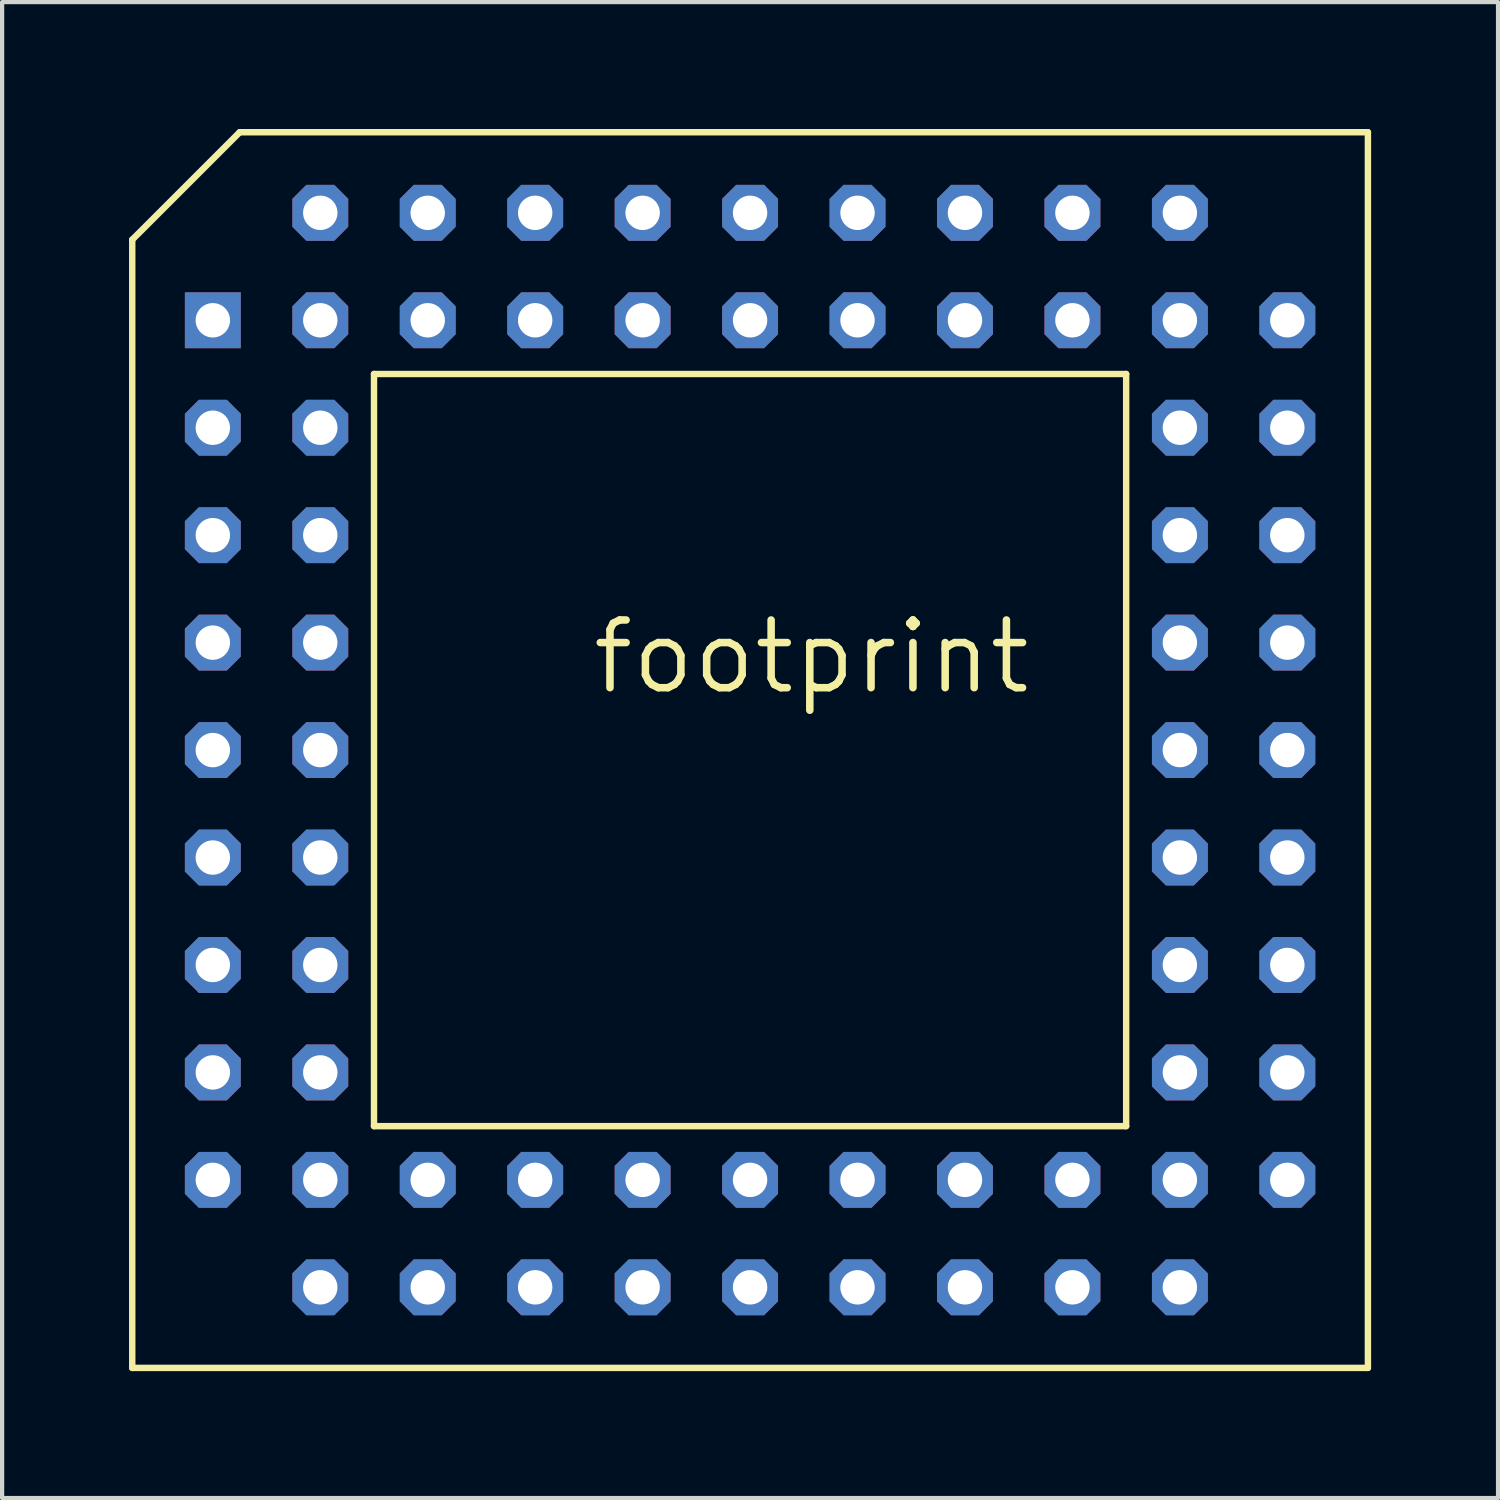
<source format=kicad_pcb>
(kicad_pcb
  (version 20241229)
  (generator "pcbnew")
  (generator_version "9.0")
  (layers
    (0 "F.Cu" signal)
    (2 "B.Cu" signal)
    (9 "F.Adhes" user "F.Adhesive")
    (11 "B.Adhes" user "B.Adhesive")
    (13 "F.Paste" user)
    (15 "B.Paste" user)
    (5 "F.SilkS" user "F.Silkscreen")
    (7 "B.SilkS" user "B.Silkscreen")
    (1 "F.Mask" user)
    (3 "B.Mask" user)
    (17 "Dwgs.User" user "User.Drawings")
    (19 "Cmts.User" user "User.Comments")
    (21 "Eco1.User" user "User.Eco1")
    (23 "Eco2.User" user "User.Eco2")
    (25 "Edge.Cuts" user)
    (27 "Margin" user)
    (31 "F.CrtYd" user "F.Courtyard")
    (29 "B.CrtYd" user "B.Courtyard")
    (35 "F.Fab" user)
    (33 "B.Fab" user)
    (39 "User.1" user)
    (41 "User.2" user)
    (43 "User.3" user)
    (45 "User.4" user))
  (footprint "footprint"
    (layer "F.Cu")
    (at 14.681 14.681)
    (property "Reference" "footprint" (at -3.81 -1.27 0) (layer "F.SilkS") (effects (font (size 1.6 1.6) (thickness 0.178)) (justify left bottom)))
    (fp_line (start -14.605 -12.065) (end -12.065 -14.605) (stroke (width 0.152) (type solid)) (layer "F.SilkS"))
    (fp_line (start -14.605 14.605) (end -14.605 -12.065) (stroke (width 0.152) (type solid)) (layer "F.SilkS"))
    (fp_line (start -12.065 -14.605) (end 14.605 -14.605) (stroke (width 0.152) (type solid)) (layer "F.SilkS"))
    (fp_line (start -8.89 8.89) (end -8.89 -8.89) (stroke (width 0.152) (type solid)) (layer "F.SilkS"))
    (fp_line (start -8.89 8.89) (end 8.89 8.89) (stroke (width 0.152) (type solid)) (layer "F.SilkS"))
    (fp_line (start 8.89 -8.89) (end -8.89 -8.89) (stroke (width 0.152) (type solid)) (layer "F.SilkS"))
    (fp_line (start 8.89 -8.89) (end 8.89 8.89) (stroke (width 0.152) (type solid)) (layer "F.SilkS"))
    (fp_line (start 14.605 -14.605) (end 14.605 14.605) (stroke (width 0.152) (type solid)) (layer "F.SilkS"))
    (fp_line (start 14.605 14.605) (end -14.605 14.605) (stroke (width 0.152) (type solid)) (layer "F.SilkS"))
    (pad "1" thru_hole rect (at -12.7 -10.16 270) (size 1.321 1.321) (drill 0.813) (layers "*.Cu" "*.Mask"))
    (pad "2" thru_hole roundrect (at -10.16 -10.16 270) (size 1.321 1.321) (drill 0.813) (layers "*.Cu" "*.Mask") (roundrect_rratio 0.25) (chamfer_ratio 0.25) (chamfer top_left top_right bottom_left bottom_right))
    (pad "3" thru_hole roundrect (at -12.7 -7.62 270) (size 1.321 1.321) (drill 0.813) (layers "*.Cu" "*.Mask") (roundrect_rratio 0.25) (chamfer_ratio 0.25) (chamfer top_left top_right bottom_left bottom_right))
    (pad "4" thru_hole roundrect (at -10.16 -7.62 270) (size 1.321 1.321) (drill 0.813) (layers "*.Cu" "*.Mask") (roundrect_rratio 0.25) (chamfer_ratio 0.25) (chamfer top_left top_right bottom_left bottom_right))
    (pad "5" thru_hole roundrect (at -12.7 -5.08 270) (size 1.321 1.321) (drill 0.813) (layers "*.Cu" "*.Mask") (roundrect_rratio 0.25) (chamfer_ratio 0.25) (chamfer top_left top_right bottom_left bottom_right))
    (pad "6" thru_hole roundrect (at -10.16 -5.08 270) (size 1.321 1.321) (drill 0.813) (layers "*.Cu" "*.Mask") (roundrect_rratio 0.25) (chamfer_ratio 0.25) (chamfer top_left top_right bottom_left bottom_right))
    (pad "7" thru_hole roundrect (at -12.7 -2.54 270) (size 1.321 1.321) (drill 0.813) (layers "*.Cu" "*.Mask") (roundrect_rratio 0.25) (chamfer_ratio 0.25) (chamfer top_left top_right bottom_left bottom_right))
    (pad "8" thru_hole roundrect (at -10.16 -2.54 270) (size 1.321 1.321) (drill 0.813) (layers "*.Cu" "*.Mask") (roundrect_rratio 0.25) (chamfer_ratio 0.25) (chamfer top_left top_right bottom_left bottom_right))
    (pad "9" thru_hole roundrect (at -12.7 0 270) (size 1.321 1.321) (drill 0.813) (layers "*.Cu" "*.Mask") (roundrect_rratio 0.25) (chamfer_ratio 0.25) (chamfer top_left top_right bottom_left bottom_right))
    (pad "10" thru_hole roundrect (at -10.16 0 270) (size 1.321 1.321) (drill 0.813) (layers "*.Cu" "*.Mask") (roundrect_rratio 0.25) (chamfer_ratio 0.25) (chamfer top_left top_right bottom_left bottom_right))
    (pad "11" thru_hole roundrect (at -12.7 2.54 270) (size 1.321 1.321) (drill 0.813) (layers "*.Cu" "*.Mask") (roundrect_rratio 0.25) (chamfer_ratio 0.25) (chamfer top_left top_right bottom_left bottom_right))
    (pad "12" thru_hole roundrect (at -10.16 2.54 270) (size 1.321 1.321) (drill 0.813) (layers "*.Cu" "*.Mask") (roundrect_rratio 0.25) (chamfer_ratio 0.25) (chamfer top_left top_right bottom_left bottom_right))
    (pad "13" thru_hole roundrect (at -12.7 5.08 270) (size 1.321 1.321) (drill 0.813) (layers "*.Cu" "*.Mask") (roundrect_rratio 0.25) (chamfer_ratio 0.25) (chamfer top_left top_right bottom_left bottom_right))
    (pad "14" thru_hole roundrect (at -10.16 5.08 270) (size 1.321 1.321) (drill 0.813) (layers "*.Cu" "*.Mask") (roundrect_rratio 0.25) (chamfer_ratio 0.25) (chamfer top_left top_right bottom_left bottom_right))
    (pad "15" thru_hole roundrect (at -12.7 7.62 270) (size 1.321 1.321) (drill 0.813) (layers "*.Cu" "*.Mask") (roundrect_rratio 0.25) (chamfer_ratio 0.25) (chamfer top_left top_right bottom_left bottom_right))
    (pad "16" thru_hole roundrect (at -10.16 7.62 270) (size 1.321 1.321) (drill 0.813) (layers "*.Cu" "*.Mask") (roundrect_rratio 0.25) (chamfer_ratio 0.25) (chamfer top_left top_right bottom_left bottom_right))
    (pad "17" thru_hole roundrect (at -12.7 10.16 270) (size 1.321 1.321) (drill 0.813) (layers "*.Cu" "*.Mask") (roundrect_rratio 0.25) (chamfer_ratio 0.25) (chamfer top_left top_right bottom_left bottom_right))
    (pad "18" thru_hole roundrect (at -10.16 12.7 270) (size 1.321 1.321) (drill 0.813) (layers "*.Cu" "*.Mask") (roundrect_rratio 0.25) (chamfer_ratio 0.25) (chamfer top_left top_right bottom_left bottom_right))
    (pad "19" thru_hole roundrect (at -10.16 10.16 270) (size 1.321 1.321) (drill 0.813) (layers "*.Cu" "*.Mask") (roundrect_rratio 0.25) (chamfer_ratio 0.25) (chamfer top_left top_right bottom_left bottom_right))
    (pad "20" thru_hole roundrect (at -7.62 12.7 270) (size 1.321 1.321) (drill 0.813) (layers "*.Cu" "*.Mask") (roundrect_rratio 0.25) (chamfer_ratio 0.25) (chamfer top_left top_right bottom_left bottom_right))
    (pad "21" thru_hole roundrect (at -7.62 10.16 270) (size 1.321 1.321) (drill 0.813) (layers "*.Cu" "*.Mask") (roundrect_rratio 0.25) (chamfer_ratio 0.25) (chamfer top_left top_right bottom_left bottom_right))
    (pad "22" thru_hole roundrect (at -5.08 12.7 270) (size 1.321 1.321) (drill 0.813) (layers "*.Cu" "*.Mask") (roundrect_rratio 0.25) (chamfer_ratio 0.25) (chamfer top_left top_right bottom_left bottom_right))
    (pad "23" thru_hole roundrect (at -5.08 10.16 270) (size 1.321 1.321) (drill 0.813) (layers "*.Cu" "*.Mask") (roundrect_rratio 0.25) (chamfer_ratio 0.25) (chamfer top_left top_right bottom_left bottom_right))
    (pad "24" thru_hole roundrect (at -2.54 12.7 270) (size 1.321 1.321) (drill 0.813) (layers "*.Cu" "*.Mask") (roundrect_rratio 0.25) (chamfer_ratio 0.25) (chamfer top_left top_right bottom_left bottom_right))
    (pad "25" thru_hole roundrect (at -2.54 10.16 270) (size 1.321 1.321) (drill 0.813) (layers "*.Cu" "*.Mask") (roundrect_rratio 0.25) (chamfer_ratio 0.25) (chamfer top_left top_right bottom_left bottom_right))
    (pad "26" thru_hole roundrect (at 0 12.7 270) (size 1.321 1.321) (drill 0.813) (layers "*.Cu" "*.Mask") (roundrect_rratio 0.25) (chamfer_ratio 0.25) (chamfer top_left top_right bottom_left bottom_right))
    (pad "27" thru_hole roundrect (at 0 10.16 270) (size 1.321 1.321) (drill 0.813) (layers "*.Cu" "*.Mask") (roundrect_rratio 0.25) (chamfer_ratio 0.25) (chamfer top_left top_right bottom_left bottom_right))
    (pad "28" thru_hole roundrect (at 2.54 12.7 270) (size 1.321 1.321) (drill 0.813) (layers "*.Cu" "*.Mask") (roundrect_rratio 0.25) (chamfer_ratio 0.25) (chamfer top_left top_right bottom_left bottom_right))
    (pad "29" thru_hole roundrect (at 2.54 10.16 270) (size 1.321 1.321) (drill 0.813) (layers "*.Cu" "*.Mask") (roundrect_rratio 0.25) (chamfer_ratio 0.25) (chamfer top_left top_right bottom_left bottom_right))
    (pad "30" thru_hole roundrect (at 5.08 12.7 270) (size 1.321 1.321) (drill 0.813) (layers "*.Cu" "*.Mask") (roundrect_rratio 0.25) (chamfer_ratio 0.25) (chamfer top_left top_right bottom_left bottom_right))
    (pad "31" thru_hole roundrect (at 5.08 10.16 270) (size 1.321 1.321) (drill 0.813) (layers "*.Cu" "*.Mask") (roundrect_rratio 0.25) (chamfer_ratio 0.25) (chamfer top_left top_right bottom_left bottom_right))
    (pad "32" thru_hole roundrect (at 7.62 12.7 270) (size 1.321 1.321) (drill 0.813) (layers "*.Cu" "*.Mask") (roundrect_rratio 0.25) (chamfer_ratio 0.25) (chamfer top_left top_right bottom_left bottom_right))
    (pad "33" thru_hole roundrect (at 7.62 10.16 270) (size 1.321 1.321) (drill 0.813) (layers "*.Cu" "*.Mask") (roundrect_rratio 0.25) (chamfer_ratio 0.25) (chamfer top_left top_right bottom_left bottom_right))
    (pad "34" thru_hole roundrect (at 10.16 12.7 270) (size 1.321 1.321) (drill 0.813) (layers "*.Cu" "*.Mask") (roundrect_rratio 0.25) (chamfer_ratio 0.25) (chamfer top_left top_right bottom_left bottom_right))
    (pad "35" thru_hole roundrect (at 12.7 10.16 270) (size 1.321 1.321) (drill 0.813) (layers "*.Cu" "*.Mask") (roundrect_rratio 0.25) (chamfer_ratio 0.25) (chamfer top_left top_right bottom_left bottom_right))
    (pad "36" thru_hole roundrect (at 10.16 10.16 270) (size 1.321 1.321) (drill 0.813) (layers "*.Cu" "*.Mask") (roundrect_rratio 0.25) (chamfer_ratio 0.25) (chamfer top_left top_right bottom_left bottom_right))
    (pad "37" thru_hole roundrect (at 12.7 7.62 270) (size 1.321 1.321) (drill 0.813) (layers "*.Cu" "*.Mask") (roundrect_rratio 0.25) (chamfer_ratio 0.25) (chamfer top_left top_right bottom_left bottom_right))
    (pad "38" thru_hole roundrect (at 10.16 7.62 270) (size 1.321 1.321) (drill 0.813) (layers "*.Cu" "*.Mask") (roundrect_rratio 0.25) (chamfer_ratio 0.25) (chamfer top_left top_right bottom_left bottom_right))
    (pad "39" thru_hole roundrect (at 12.7 5.08 270) (size 1.321 1.321) (drill 0.813) (layers "*.Cu" "*.Mask") (roundrect_rratio 0.25) (chamfer_ratio 0.25) (chamfer top_left top_right bottom_left bottom_right))
    (pad "40" thru_hole roundrect (at 10.16 5.08 270) (size 1.321 1.321) (drill 0.813) (layers "*.Cu" "*.Mask") (roundrect_rratio 0.25) (chamfer_ratio 0.25) (chamfer top_left top_right bottom_left bottom_right))
    (pad "41" thru_hole roundrect (at 12.7 2.54 270) (size 1.321 1.321) (drill 0.813) (layers "*.Cu" "*.Mask") (roundrect_rratio 0.25) (chamfer_ratio 0.25) (chamfer top_left top_right bottom_left bottom_right))
    (pad "42" thru_hole roundrect (at 10.16 2.54 270) (size 1.321 1.321) (drill 0.813) (layers "*.Cu" "*.Mask") (roundrect_rratio 0.25) (chamfer_ratio 0.25) (chamfer top_left top_right bottom_left bottom_right))
    (pad "43" thru_hole roundrect (at 12.7 0 270) (size 1.321 1.321) (drill 0.813) (layers "*.Cu" "*.Mask") (roundrect_rratio 0.25) (chamfer_ratio 0.25) (chamfer top_left top_right bottom_left bottom_right))
    (pad "44" thru_hole roundrect (at 10.16 0 270) (size 1.321 1.321) (drill 0.813) (layers "*.Cu" "*.Mask") (roundrect_rratio 0.25) (chamfer_ratio 0.25) (chamfer top_left top_right bottom_left bottom_right))
    (pad "45" thru_hole roundrect (at 12.7 -2.54 270) (size 1.321 1.321) (drill 0.813) (layers "*.Cu" "*.Mask") (roundrect_rratio 0.25) (chamfer_ratio 0.25) (chamfer top_left top_right bottom_left bottom_right))
    (pad "46" thru_hole roundrect (at 10.16 -2.54 270) (size 1.321 1.321) (drill 0.813) (layers "*.Cu" "*.Mask") (roundrect_rratio 0.25) (chamfer_ratio 0.25) (chamfer top_left top_right bottom_left bottom_right))
    (pad "47" thru_hole roundrect (at 12.7 -5.08 270) (size 1.321 1.321) (drill 0.813) (layers "*.Cu" "*.Mask") (roundrect_rratio 0.25) (chamfer_ratio 0.25) (chamfer top_left top_right bottom_left bottom_right))
    (pad "48" thru_hole roundrect (at 10.16 -5.08 270) (size 1.321 1.321) (drill 0.813) (layers "*.Cu" "*.Mask") (roundrect_rratio 0.25) (chamfer_ratio 0.25) (chamfer top_left top_right bottom_left bottom_right))
    (pad "49" thru_hole roundrect (at 12.7 -7.62 270) (size 1.321 1.321) (drill 0.813) (layers "*.Cu" "*.Mask") (roundrect_rratio 0.25) (chamfer_ratio 0.25) (chamfer top_left top_right bottom_left bottom_right))
    (pad "50" thru_hole roundrect (at 10.16 -7.62 270) (size 1.321 1.321) (drill 0.813) (layers "*.Cu" "*.Mask") (roundrect_rratio 0.25) (chamfer_ratio 0.25) (chamfer top_left top_right bottom_left bottom_right))
    (pad "51" thru_hole roundrect (at 12.7 -10.16 270) (size 1.321 1.321) (drill 0.813) (layers "*.Cu" "*.Mask") (roundrect_rratio 0.25) (chamfer_ratio 0.25) (chamfer top_left top_right bottom_left bottom_right))
    (pad "52" thru_hole roundrect (at 10.16 -12.7 270) (size 1.321 1.321) (drill 0.813) (layers "*.Cu" "*.Mask") (roundrect_rratio 0.25) (chamfer_ratio 0.25) (chamfer top_left top_right bottom_left bottom_right))
    (pad "53" thru_hole roundrect (at 10.16 -10.16 270) (size 1.321 1.321) (drill 0.813) (layers "*.Cu" "*.Mask") (roundrect_rratio 0.25) (chamfer_ratio 0.25) (chamfer top_left top_right bottom_left bottom_right))
    (pad "54" thru_hole roundrect (at 7.62 -12.7 270) (size 1.321 1.321) (drill 0.813) (layers "*.Cu" "*.Mask") (roundrect_rratio 0.25) (chamfer_ratio 0.25) (chamfer top_left top_right bottom_left bottom_right))
    (pad "55" thru_hole roundrect (at 7.62 -10.16 270) (size 1.321 1.321) (drill 0.813) (layers "*.Cu" "*.Mask") (roundrect_rratio 0.25) (chamfer_ratio 0.25) (chamfer top_left top_right bottom_left bottom_right))
    (pad "56" thru_hole roundrect (at 5.08 -12.7 270) (size 1.321 1.321) (drill 0.813) (layers "*.Cu" "*.Mask") (roundrect_rratio 0.25) (chamfer_ratio 0.25) (chamfer top_left top_right bottom_left bottom_right))
    (pad "57" thru_hole roundrect (at 5.08 -10.16 270) (size 1.321 1.321) (drill 0.813) (layers "*.Cu" "*.Mask") (roundrect_rratio 0.25) (chamfer_ratio 0.25) (chamfer top_left top_right bottom_left bottom_right))
    (pad "58" thru_hole roundrect (at 2.54 -12.7 270) (size 1.321 1.321) (drill 0.813) (layers "*.Cu" "*.Mask") (roundrect_rratio 0.25) (chamfer_ratio 0.25) (chamfer top_left top_right bottom_left bottom_right))
    (pad "59" thru_hole roundrect (at 2.54 -10.16 270) (size 1.321 1.321) (drill 0.813) (layers "*.Cu" "*.Mask") (roundrect_rratio 0.25) (chamfer_ratio 0.25) (chamfer top_left top_right bottom_left bottom_right))
    (pad "60" thru_hole roundrect (at 0 -12.7 270) (size 1.321 1.321) (drill 0.813) (layers "*.Cu" "*.Mask") (roundrect_rratio 0.25) (chamfer_ratio 0.25) (chamfer top_left top_right bottom_left bottom_right))
    (pad "61" thru_hole roundrect (at 0 -10.16 270) (size 1.321 1.321) (drill 0.813) (layers "*.Cu" "*.Mask") (roundrect_rratio 0.25) (chamfer_ratio 0.25) (chamfer top_left top_right bottom_left bottom_right))
    (pad "62" thru_hole roundrect (at -2.54 -12.7 270) (size 1.321 1.321) (drill 0.813) (layers "*.Cu" "*.Mask") (roundrect_rratio 0.25) (chamfer_ratio 0.25) (chamfer top_left top_right bottom_left bottom_right))
    (pad "63" thru_hole roundrect (at -2.54 -10.16 270) (size 1.321 1.321) (drill 0.813) (layers "*.Cu" "*.Mask") (roundrect_rratio 0.25) (chamfer_ratio 0.25) (chamfer top_left top_right bottom_left bottom_right))
    (pad "64" thru_hole roundrect (at -5.08 -12.7 270) (size 1.321 1.321) (drill 0.813) (layers "*.Cu" "*.Mask") (roundrect_rratio 0.25) (chamfer_ratio 0.25) (chamfer top_left top_right bottom_left bottom_right))
    (pad "65" thru_hole roundrect (at -5.08 -10.16 270) (size 1.321 1.321) (drill 0.813) (layers "*.Cu" "*.Mask") (roundrect_rratio 0.25) (chamfer_ratio 0.25) (chamfer top_left top_right bottom_left bottom_right))
    (pad "66" thru_hole roundrect (at -7.62 -12.7 270) (size 1.321 1.321) (drill 0.813) (layers "*.Cu" "*.Mask") (roundrect_rratio 0.25) (chamfer_ratio 0.25) (chamfer top_left top_right bottom_left bottom_right))
    (pad "67" thru_hole roundrect (at -7.62 -10.16 270) (size 1.321 1.321) (drill 0.813) (layers "*.Cu" "*.Mask") (roundrect_rratio 0.25) (chamfer_ratio 0.25) (chamfer top_left top_right bottom_left bottom_right))
    (pad "68" thru_hole roundrect (at -10.16 -12.7 270) (size 1.321 1.321) (drill 0.813) (layers "*.Cu" "*.Mask") (roundrect_rratio 0.25) (chamfer_ratio 0.25) (chamfer top_left top_right bottom_left bottom_right)))
  (gr_rect
    (start -3 -3)
    (end 32.362 32.362)
    (stroke (width 0.1) (type default))
    (fill no)
    (layer "Edge.Cuts")))
</source>
